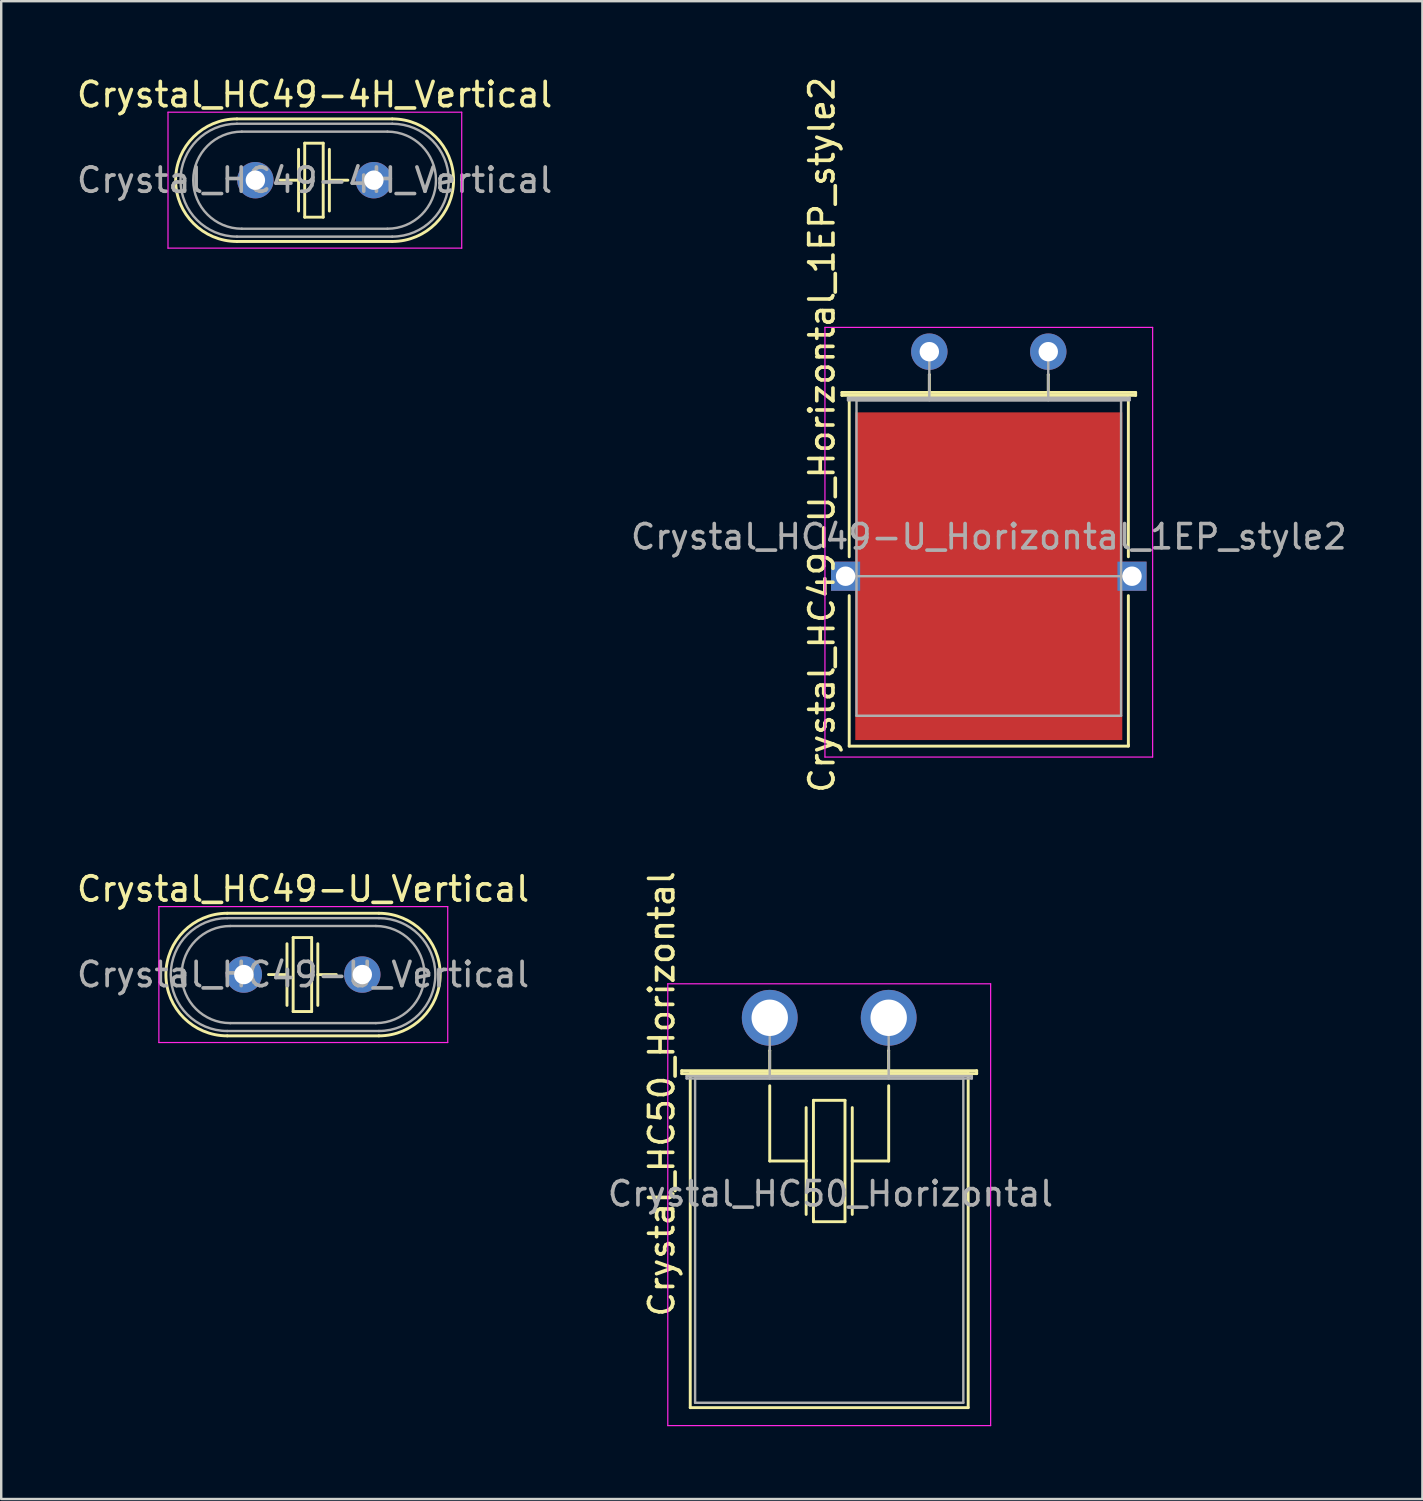
<source format=kicad_pcb>
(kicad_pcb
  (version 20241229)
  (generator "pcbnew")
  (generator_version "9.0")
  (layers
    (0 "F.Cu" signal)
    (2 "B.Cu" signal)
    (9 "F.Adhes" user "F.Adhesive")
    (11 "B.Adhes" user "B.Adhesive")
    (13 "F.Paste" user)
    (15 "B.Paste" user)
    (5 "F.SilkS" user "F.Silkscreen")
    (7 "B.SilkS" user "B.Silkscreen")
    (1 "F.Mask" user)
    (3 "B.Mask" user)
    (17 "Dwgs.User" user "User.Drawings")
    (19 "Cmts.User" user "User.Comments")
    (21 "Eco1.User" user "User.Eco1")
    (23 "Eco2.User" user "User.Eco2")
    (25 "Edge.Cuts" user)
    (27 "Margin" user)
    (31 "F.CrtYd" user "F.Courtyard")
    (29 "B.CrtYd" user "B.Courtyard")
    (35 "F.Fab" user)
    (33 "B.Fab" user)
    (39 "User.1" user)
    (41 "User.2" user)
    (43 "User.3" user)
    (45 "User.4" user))
  (footprint "Crystal_HC49-U_Horizontal_1EP_style2"
    (layer "F.Cu")
    (at 35.235 11.438)
    (property "Reference" "Crystal_HC49-U_Horizontal_1EP_style2" (at -4.425 3.425 90) (layer "F.SilkS") (effects (font (size 1 1) (thickness 0.15))))
    (attr through_hole)
    (fp_line (start -3.6 1.68) (end 8.5 1.68) (stroke (width 0.12) (type solid)) (layer "F.SilkS"))
    (fp_line (start -3.6 1.8) (end -3.6 1.68) (stroke (width 0.12) (type solid)) (layer "F.SilkS"))
    (fp_line (start -3.3 8.45) (end -3.3 1.8) (stroke (width 0.12) (type solid)) (layer "F.SilkS"))
    (fp_line (start -3.3 16.25) (end -3.3 10.05) (stroke (width 0.12) (type solid)) (layer "F.SilkS"))
    (fp_line (start -3.25 1.8) (end 8.15 1.8) (stroke (width 0.12) (type solid)) (layer "F.SilkS"))
    (fp_line (start 0 0.95) (end 0 0.95) (stroke (width 0.12) (type solid)) (layer "F.SilkS"))
    (fp_line (start 0 1.8) (end 0 0.95) (stroke (width 0.12) (type solid)) (layer "F.SilkS"))
    (fp_line (start 4.9 0.95) (end 4.9 0.95) (stroke (width 0.12) (type solid)) (layer "F.SilkS"))
    (fp_line (start 4.9 1.8) (end 4.9 0.95) (stroke (width 0.12) (type solid)) (layer "F.SilkS"))
    (fp_line (start 8.2 1.8) (end 8.2 8.45) (stroke (width 0.12) (type solid)) (layer "F.SilkS"))
    (fp_line (start 8.2 10.05) (end 8.2 16.2) (stroke (width 0.12) (type solid)) (layer "F.SilkS"))
    (fp_line (start 8.2 16.2) (end 8.2 16.25) (stroke (width 0.12) (type solid)) (layer "F.SilkS"))
    (fp_line (start 8.2 16.25) (end -3.3 16.25) (stroke (width 0.12) (type solid)) (layer "F.SilkS"))
    (fp_line (start 8.5 1.68) (end 8.5 1.8) (stroke (width 0.12) (type solid)) (layer "F.SilkS"))
    (fp_line (start 8.5 1.8) (end -3.6 1.8) (stroke (width 0.12) (type solid)) (layer "F.SilkS"))
    (fp_line (start -4.3 -1) (end -4.3 16.7) (stroke (width 0.05) (type solid)) (layer "F.CrtYd"))
    (fp_line (start -4.3 16.7) (end 9.2 16.7) (stroke (width 0.05) (type solid)) (layer "F.CrtYd"))
    (fp_line (start 9.2 -1) (end -4.3 -1) (stroke (width 0.05) (type solid)) (layer "F.CrtYd"))
    (fp_line (start 9.2 16.7) (end 9.2 -1) (stroke (width 0.05) (type solid)) (layer "F.CrtYd"))
    (fp_line (start -3.45 9.25) (end 8.35 9.25) (stroke (width 0.1) (type solid)) (layer "F.Fab"))
    (fp_line (start -3.35 1.9) (end 8.25 1.9) (stroke (width 0.1) (type solid)) (layer "F.Fab"))
    (fp_line (start -3.35 2) (end -3.35 1.9) (stroke (width 0.1) (type solid)) (layer "F.Fab"))
    (fp_line (start -3 2) (end -3 15) (stroke (width 0.1) (type solid)) (layer "F.Fab"))
    (fp_line (start -3 15) (end 7.9 15) (stroke (width 0.1) (type solid)) (layer "F.Fab"))
    (fp_line (start 0 1) (end 0 0) (stroke (width 0.1) (type solid)) (layer "F.Fab"))
    (fp_line (start 0 2) (end 0 1) (stroke (width 0.1) (type solid)) (layer "F.Fab"))
    (fp_line (start 4.9 1) (end 4.9 0) (stroke (width 0.1) (type solid)) (layer "F.Fab"))
    (fp_line (start 4.9 2) (end 4.9 1) (stroke (width 0.1) (type solid)) (layer "F.Fab"))
    (fp_line (start 7.9 2) (end -3 2) (stroke (width 0.1) (type solid)) (layer "F.Fab"))
    (fp_line (start 7.9 15) (end 7.9 2) (stroke (width 0.1) (type solid)) (layer "F.Fab"))
    (fp_line (start 8.25 1.9) (end 8.25 2) (stroke (width 0.1) (type solid)) (layer "F.Fab"))
    (fp_line (start 8.25 2) (end -3.35 2) (stroke (width 0.1) (type solid)) (layer "F.Fab"))
    (fp_text user "${REFERENCE}" (at 2.45 7.625 0) (layer "F.Fab") (effects (font (size 1 1) (thickness 0.15))))
    (pad "1" thru_hole circle (at 0 0) (size 1.5 1.5) (drill 0.8) (layers "*.Cu" "*.Mask"))
    (pad "2" thru_hole circle (at 4.9 0) (size 1.5 1.5) (drill 0.8) (layers "*.Cu" "*.Mask"))
    (pad "3" thru_hole rect (at -3.45 9.25) (size 1.2 1.2) (drill 0.8) (layers "*.Cu" "*.Mask"))
    (pad "3" smd rect (at 2.45 9.25) (size 11 13.5) (layers "F.Cu" "F.Mask" "F.Paste"))
    (pad "3" thru_hole rect (at 8.35 9.25) (size 1.2 1.2) (drill 0.8) (layers "*.Cu" "*.Mask")))
  (footprint "Crystal_HC50_Horizontal"
    (layer "F.Cu")
    (at 28.661 38.88)
    (property "Reference" "Crystal_HC50_Horizontal" (at -4.45 3.138 90) (layer "F.SilkS") (effects (font (size 1 1) (thickness 0.15))))
    (attr through_hole)
    (fp_line (start -3.625 2.18) (end 8.525 2.18) (stroke (width 0.12) (type solid)) (layer "F.SilkS"))
    (fp_line (start -3.625 2.3) (end -3.625 2.18) (stroke (width 0.12) (type solid)) (layer "F.SilkS"))
    (fp_line (start -3.275 2.3) (end -3.275 16.06) (stroke (width 0.12) (type solid)) (layer "F.SilkS"))
    (fp_line (start -3.275 16.06) (end 8.175 16.06) (stroke (width 0.12) (type solid)) (layer "F.SilkS"))
    (fp_line (start 0 1.35) (end 0 1.35) (stroke (width 0.12) (type solid)) (layer "F.SilkS"))
    (fp_line (start 0 2.3) (end 0 1.35) (stroke (width 0.12) (type solid)) (layer "F.SilkS"))
    (fp_line (start 0 2.8) (end 0 5.9) (stroke (width 0.12) (type solid)) (layer "F.SilkS"))
    (fp_line (start 0 5.9) (end 1.5 5.9) (stroke (width 0.12) (type solid)) (layer "F.SilkS"))
    (fp_line (start 1.5 5.9) (end 1.5 3.7) (stroke (width 0.12) (type solid)) (layer "F.SilkS"))
    (fp_line (start 1.5 8.1) (end 1.5 5.9) (stroke (width 0.12) (type solid)) (layer "F.SilkS"))
    (fp_line (start 1.8 3.4) (end 1.8 8.3) (stroke (width 0.12) (type solid)) (layer "F.SilkS"))
    (fp_line (start 1.8 8.3) (end 1.8 8.4) (stroke (width 0.12) (type solid)) (layer "F.SilkS"))
    (fp_line (start 1.8 8.4) (end 3.1 8.4) (stroke (width 0.12) (type solid)) (layer "F.SilkS"))
    (fp_line (start 3.1 3.4) (end 1.8 3.4) (stroke (width 0.12) (type solid)) (layer "F.SilkS"))
    (fp_line (start 3.1 8.4) (end 3.1 3.4) (stroke (width 0.12) (type solid)) (layer "F.SilkS"))
    (fp_line (start 3.4 5.9) (end 3.4 3.7) (stroke (width 0.12) (type solid)) (layer "F.SilkS"))
    (fp_line (start 3.4 5.9) (end 4.9 5.9) (stroke (width 0.12) (type solid)) (layer "F.SilkS"))
    (fp_line (start 3.4 8.1) (end 3.4 5.9) (stroke (width 0.12) (type solid)) (layer "F.SilkS"))
    (fp_line (start 4.9 1.35) (end 4.9 1.35) (stroke (width 0.12) (type solid)) (layer "F.SilkS"))
    (fp_line (start 4.9 2.3) (end 4.9 1.35) (stroke (width 0.12) (type solid)) (layer "F.SilkS"))
    (fp_line (start 4.9 2.8) (end 4.9 5.9) (stroke (width 0.12) (type solid)) (layer "F.SilkS"))
    (fp_line (start 8.175 2.3) (end -3.275 2.3) (stroke (width 0.12) (type solid)) (layer "F.SilkS"))
    (fp_line (start 8.175 16.06) (end 8.175 2.3) (stroke (width 0.12) (type solid)) (layer "F.SilkS"))
    (fp_line (start 8.525 2.18) (end 8.525 2.3) (stroke (width 0.12) (type solid)) (layer "F.SilkS"))
    (fp_line (start 8.525 2.3) (end -3.625 2.3) (stroke (width 0.12) (type solid)) (layer "F.SilkS"))
    (fp_line (start -4.2 -1.4) (end -4.2 16.8) (stroke (width 0.05) (type solid)) (layer "F.CrtYd"))
    (fp_line (start -4.2 16.8) (end 9.1 16.8) (stroke (width 0.05) (type solid)) (layer "F.CrtYd"))
    (fp_line (start 9.1 -1.4) (end -4.2 -1.4) (stroke (width 0.05) (type solid)) (layer "F.CrtYd"))
    (fp_line (start 9.1 16.8) (end 9.1 -1.4) (stroke (width 0.05) (type solid)) (layer "F.CrtYd"))
    (fp_line (start -3.425 2.4) (end 8.325 2.4) (stroke (width 0.1) (type solid)) (layer "F.Fab"))
    (fp_line (start -3.425 2.5) (end -3.425 2.4) (stroke (width 0.1) (type solid)) (layer "F.Fab"))
    (fp_line (start -3.075 2.5) (end -3.075 15.86) (stroke (width 0.1) (type solid)) (layer "F.Fab"))
    (fp_line (start -3.075 15.86) (end 7.975 15.86) (stroke (width 0.1) (type solid)) (layer "F.Fab"))
    (fp_line (start 0 1.25) (end 0 0) (stroke (width 0.1) (type solid)) (layer "F.Fab"))
    (fp_line (start 0 2.5) (end 0 1.25) (stroke (width 0.1) (type solid)) (layer "F.Fab"))
    (fp_line (start 4.9 1.25) (end 4.9 0) (stroke (width 0.1) (type solid)) (layer "F.Fab"))
    (fp_line (start 4.9 2.5) (end 4.9 1.25) (stroke (width 0.1) (type solid)) (layer "F.Fab"))
    (fp_line (start 7.975 2.5) (end -3.075 2.5) (stroke (width 0.1) (type solid)) (layer "F.Fab"))
    (fp_line (start 7.975 15.86) (end 7.975 2.5) (stroke (width 0.1) (type solid)) (layer "F.Fab"))
    (fp_line (start 8.325 2.4) (end 8.325 2.5) (stroke (width 0.1) (type solid)) (layer "F.Fab"))
    (fp_line (start 8.325 2.5) (end -3.425 2.5) (stroke (width 0.1) (type solid)) (layer "F.Fab"))
    (fp_text user "${REFERENCE}" (at 2.5 7.25 0) (layer "F.Fab") (effects (font (size 1 1) (thickness 0.15))))
    (pad "1" thru_hole circle (at 0 0) (size 2.3 2.3) (drill 1.5) (layers "*.Cu" "*.Mask"))
    (pad "2" thru_hole circle (at 4.9 0) (size 2.3 2.3) (drill 1.5) (layers "*.Cu" "*.Mask")))
  (footprint "Crystal_HC49-4H_Vertical"
    (layer "F.Cu")
    (at 7.471 4.373)
    (property "Reference" "Crystal_HC49-4H_Vertical" (at 2.44 -3.525 0) (layer "F.SilkS") (effects (font (size 1 1) (thickness 0.15))))
    (attr through_hole)
    (fp_line (start -0.76 -2.525) (end 5.64 -2.525) (stroke (width 0.12) (type solid)) (layer "F.SilkS"))
    (fp_line (start -0.76 2.525) (end 5.64 2.525) (stroke (width 0.12) (type solid)) (layer "F.SilkS"))
    (fp_line (start 1.016 0) (end 1.778 0) (stroke (width 0.12) (type solid)) (layer "F.SilkS"))
    (fp_line (start 1.778 -1.27) (end 1.778 1.27) (stroke (width 0.12) (type solid)) (layer "F.SilkS"))
    (fp_line (start 2.032 -1.524) (end 2.032 1.524) (stroke (width 0.12) (type solid)) (layer "F.SilkS"))
    (fp_line (start 2.032 1.524) (end 2.794 1.524) (stroke (width 0.12) (type solid)) (layer "F.SilkS"))
    (fp_line (start 2.794 -1.524) (end 2.032 -1.524) (stroke (width 0.12) (type solid)) (layer "F.SilkS"))
    (fp_line (start 2.794 1.524) (end 2.794 -1.524) (stroke (width 0.12) (type solid)) (layer "F.SilkS"))
    (fp_line (start 3.048 -1.27) (end 3.048 1.27) (stroke (width 0.12) (type solid)) (layer "F.SilkS"))
    (fp_line (start 3.81 0) (end 3.048 0) (stroke (width 0.12) (type solid)) (layer "F.SilkS"))
    (fp_arc (start -0.76 2.525) (mid -3.285 0) (end -0.76 -2.525) (stroke (width 0.12) (type solid)) (layer "F.SilkS"))
    (fp_arc (start 5.64 -2.525) (mid 8.165 0) (end 5.64 2.525) (stroke (width 0.12) (type solid)) (layer "F.SilkS"))
    (fp_line (start -3.6 -2.8) (end -3.6 2.8) (stroke (width 0.05) (type solid)) (layer "F.CrtYd"))
    (fp_line (start -3.6 2.8) (end 8.5 2.8) (stroke (width 0.05) (type solid)) (layer "F.CrtYd"))
    (fp_line (start 8.5 -2.8) (end -3.6 -2.8) (stroke (width 0.05) (type solid)) (layer "F.CrtYd"))
    (fp_line (start 8.5 2.8) (end 8.5 -2.8) (stroke (width 0.05) (type solid)) (layer "F.CrtYd"))
    (fp_line (start -0.76 -2.325) (end 5.64 -2.325) (stroke (width 0.1) (type solid)) (layer "F.Fab"))
    (fp_line (start -0.76 2.325) (end 5.64 2.325) (stroke (width 0.1) (type solid)) (layer "F.Fab"))
    (fp_line (start -0.56 -2) (end 5.44 -2) (stroke (width 0.1) (type solid)) (layer "F.Fab"))
    (fp_line (start -0.56 2) (end 5.44 2) (stroke (width 0.1) (type solid)) (layer "F.Fab"))
    (fp_arc (start -0.76 2.325) (mid -3.085 0) (end -0.76 -2.325) (stroke (width 0.1) (type solid)) (layer "F.Fab"))
    (fp_arc (start -0.56 2) (mid -2.56 0) (end -0.56 -2) (stroke (width 0.1) (type solid)) (layer "F.Fab"))
    (fp_arc (start 5.44 -2) (mid 7.44 0) (end 5.44 2) (stroke (width 0.1) (type solid)) (layer "F.Fab"))
    (fp_arc (start 5.64 -2.325) (mid 7.965 0) (end 5.64 2.325) (stroke (width 0.1) (type solid)) (layer "F.Fab"))
    (fp_text user "${REFERENCE}" (at 2.44 0 0) (layer "F.Fab") (effects (font (size 1 1) (thickness 0.15))))
    (pad "1" thru_hole circle (at 0 0) (size 1.5 1.5) (drill 0.8) (layers "*.Cu" "*.Mask"))
    (pad "2" thru_hole circle (at 4.88 0) (size 1.5 1.5) (drill 0.8) (layers "*.Cu" "*.Mask")))
  (footprint "Crystal_HC49-U_Vertical"
    (layer "F.Cu")
    (at 6.995 37.099)
    (property "Reference" "Crystal_HC49-U_Vertical" (at 2.44 -3.525 0) (layer "F.SilkS") (effects (font (size 1 1) (thickness 0.15))))
    (attr through_hole)
    (fp_line (start -0.685 -2.525) (end 5.565 -2.525) (stroke (width 0.12) (type solid)) (layer "F.SilkS"))
    (fp_line (start -0.685 2.525) (end 5.565 2.525) (stroke (width 0.12) (type solid)) (layer "F.SilkS"))
    (fp_line (start 1.016 0) (end 1.778 0) (stroke (width 0.12) (type solid)) (layer "F.SilkS"))
    (fp_line (start 1.778 -1.27) (end 1.778 1.27) (stroke (width 0.12) (type solid)) (layer "F.SilkS"))
    (fp_line (start 2.032 -1.524) (end 2.032 1.524) (stroke (width 0.12) (type solid)) (layer "F.SilkS"))
    (fp_line (start 2.032 1.524) (end 2.794 1.524) (stroke (width 0.12) (type solid)) (layer "F.SilkS"))
    (fp_line (start 2.794 -1.524) (end 2.032 -1.524) (stroke (width 0.12) (type solid)) (layer "F.SilkS"))
    (fp_line (start 2.794 1.524) (end 2.794 -1.524) (stroke (width 0.12) (type solid)) (layer "F.SilkS"))
    (fp_line (start 3.048 -1.27) (end 3.048 1.27) (stroke (width 0.12) (type solid)) (layer "F.SilkS"))
    (fp_line (start 3.81 0) (end 3.048 0) (stroke (width 0.12) (type solid)) (layer "F.SilkS"))
    (fp_arc (start -0.685 2.525) (mid -3.21 0) (end -0.685 -2.525) (stroke (width 0.12) (type solid)) (layer "F.SilkS"))
    (fp_arc (start 5.565 -2.525) (mid 8.09 0) (end 5.565 2.525) (stroke (width 0.12) (type solid)) (layer "F.SilkS"))
    (fp_line (start -3.5 -2.8) (end -3.5 2.8) (stroke (width 0.05) (type solid)) (layer "F.CrtYd"))
    (fp_line (start -3.5 2.8) (end 8.4 2.8) (stroke (width 0.05) (type solid)) (layer "F.CrtYd"))
    (fp_line (start 8.4 -2.8) (end -3.5 -2.8) (stroke (width 0.05) (type solid)) (layer "F.CrtYd"))
    (fp_line (start 8.4 2.8) (end 8.4 -2.8) (stroke (width 0.05) (type solid)) (layer "F.CrtYd"))
    (fp_line (start -0.685 -2.325) (end 5.565 -2.325) (stroke (width 0.1) (type solid)) (layer "F.Fab"))
    (fp_line (start -0.685 2.325) (end 5.565 2.325) (stroke (width 0.1) (type solid)) (layer "F.Fab"))
    (fp_line (start -0.56 -2) (end 5.44 -2) (stroke (width 0.1) (type solid)) (layer "F.Fab"))
    (fp_line (start -0.56 2) (end 5.44 2) (stroke (width 0.1) (type solid)) (layer "F.Fab"))
    (fp_arc (start -0.685 2.325) (mid -3.01 0) (end -0.685 -2.325) (stroke (width 0.1) (type solid)) (layer "F.Fab"))
    (fp_arc (start -0.56 2) (mid -2.56 0) (end -0.56 -2) (stroke (width 0.1) (type solid)) (layer "F.Fab"))
    (fp_arc (start 5.44 -2) (mid 7.44 0) (end 5.44 2) (stroke (width 0.1) (type solid)) (layer "F.Fab"))
    (fp_arc (start 5.565 -2.325) (mid 7.89 0) (end 5.565 2.325) (stroke (width 0.1) (type solid)) (layer "F.Fab"))
    (fp_text user "${REFERENCE}" (at 2.44 0 0) (layer "F.Fab") (effects (font (size 1 1) (thickness 0.15))))
    (pad "1" thru_hole circle (at 0 0) (size 1.5 1.5) (drill 0.8) (layers "*.Cu" "*.Mask"))
    (pad "2" thru_hole circle (at 4.88 0) (size 1.5 1.5) (drill 0.8) (layers "*.Cu" "*.Mask")))
  (gr_rect
    (start -3 -3)
    (end 55.548 58.705)
    (stroke (width 0.1) (type default))
    (fill no)
    (layer "Edge.Cuts")))
</source>
